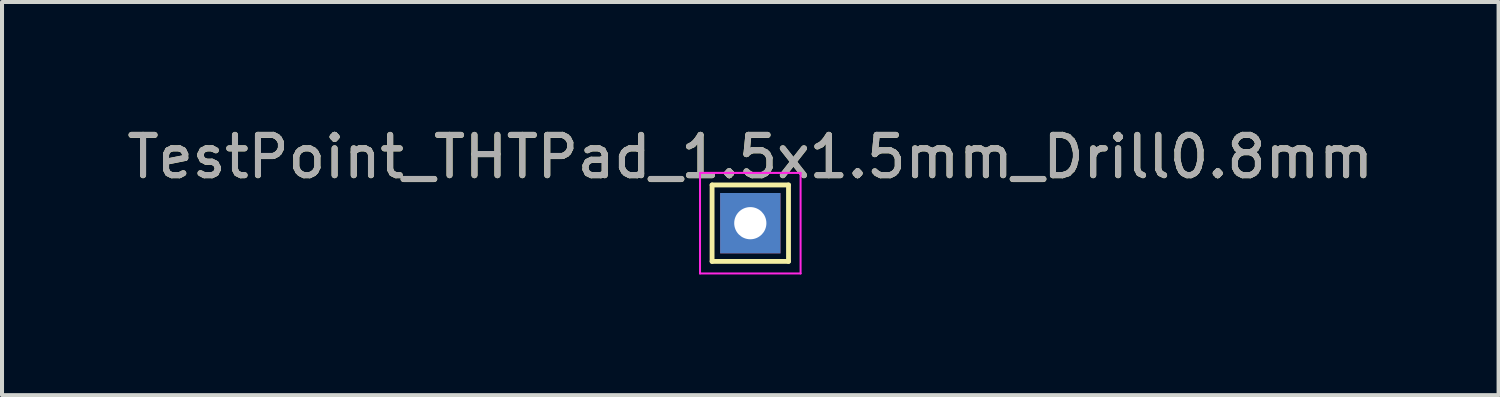
<source format=kicad_pcb>
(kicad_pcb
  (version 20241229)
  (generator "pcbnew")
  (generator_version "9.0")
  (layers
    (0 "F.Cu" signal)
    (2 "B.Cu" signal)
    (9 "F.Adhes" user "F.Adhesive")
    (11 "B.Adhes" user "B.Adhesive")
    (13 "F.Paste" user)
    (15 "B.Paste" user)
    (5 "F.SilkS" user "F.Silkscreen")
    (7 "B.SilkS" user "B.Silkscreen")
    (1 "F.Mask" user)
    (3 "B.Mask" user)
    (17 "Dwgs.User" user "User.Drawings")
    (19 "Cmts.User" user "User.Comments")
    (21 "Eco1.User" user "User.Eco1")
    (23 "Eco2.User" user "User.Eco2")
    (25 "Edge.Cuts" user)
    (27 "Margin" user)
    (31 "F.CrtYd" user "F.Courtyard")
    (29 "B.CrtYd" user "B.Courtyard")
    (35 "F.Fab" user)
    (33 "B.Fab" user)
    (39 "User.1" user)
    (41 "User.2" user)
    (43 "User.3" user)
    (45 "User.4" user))
  (footprint "TestPoint_THTPad_1.5x1.5mm_Drill0.8mm"
    (layer "F.Cu")
    (at 15.601 2.498)
    (property "Reference" "TestPoint_THTPad_1.5x1.5mm_Drill0.8mm" (at 0 -1.648 0) (layer "F.SilkS") (effects (font (size 1 1) (thickness 0.15))))
    (attr exclude_from_pos_files)
    (fp_line (start -0.95 -0.95) (end 0.95 -0.95) (stroke (width 0.12) (type solid)) (layer "F.SilkS"))
    (fp_line (start -0.95 0.95) (end -0.95 -0.95) (stroke (width 0.12) (type solid)) (layer "F.SilkS"))
    (fp_line (start 0.95 -0.95) (end 0.95 0.95) (stroke (width 0.12) (type solid)) (layer "F.SilkS"))
    (fp_line (start 0.95 0.95) (end -0.95 0.95) (stroke (width 0.12) (type solid)) (layer "F.SilkS"))
    (fp_line (start -1.25 -1.25) (end -1.25 1.25) (stroke (width 0.05) (type solid)) (layer "F.CrtYd"))
    (fp_line (start -1.25 -1.25) (end 1.25 -1.25) (stroke (width 0.05) (type solid)) (layer "F.CrtYd"))
    (fp_line (start 1.25 1.25) (end -1.25 1.25) (stroke (width 0.05) (type solid)) (layer "F.CrtYd"))
    (fp_line (start 1.25 1.25) (end 1.25 -1.25) (stroke (width 0.05) (type solid)) (layer "F.CrtYd"))
    (fp_text user "${REFERENCE}" (at 0 -1.65 0) (layer "F.Fab") (effects (font (size 1 1) (thickness 0.15))))
    (pad "1" thru_hole rect (at 0 0) (size 1.5 1.5) (drill 0.8) (layers "*.Cu" "*.Mask")))
  (gr_rect
    (start -3 -3)
    (end 34.202 6.773)
    (stroke (width 0.1) (type default))
    (fill no)
    (layer "Edge.Cuts")))
</source>
